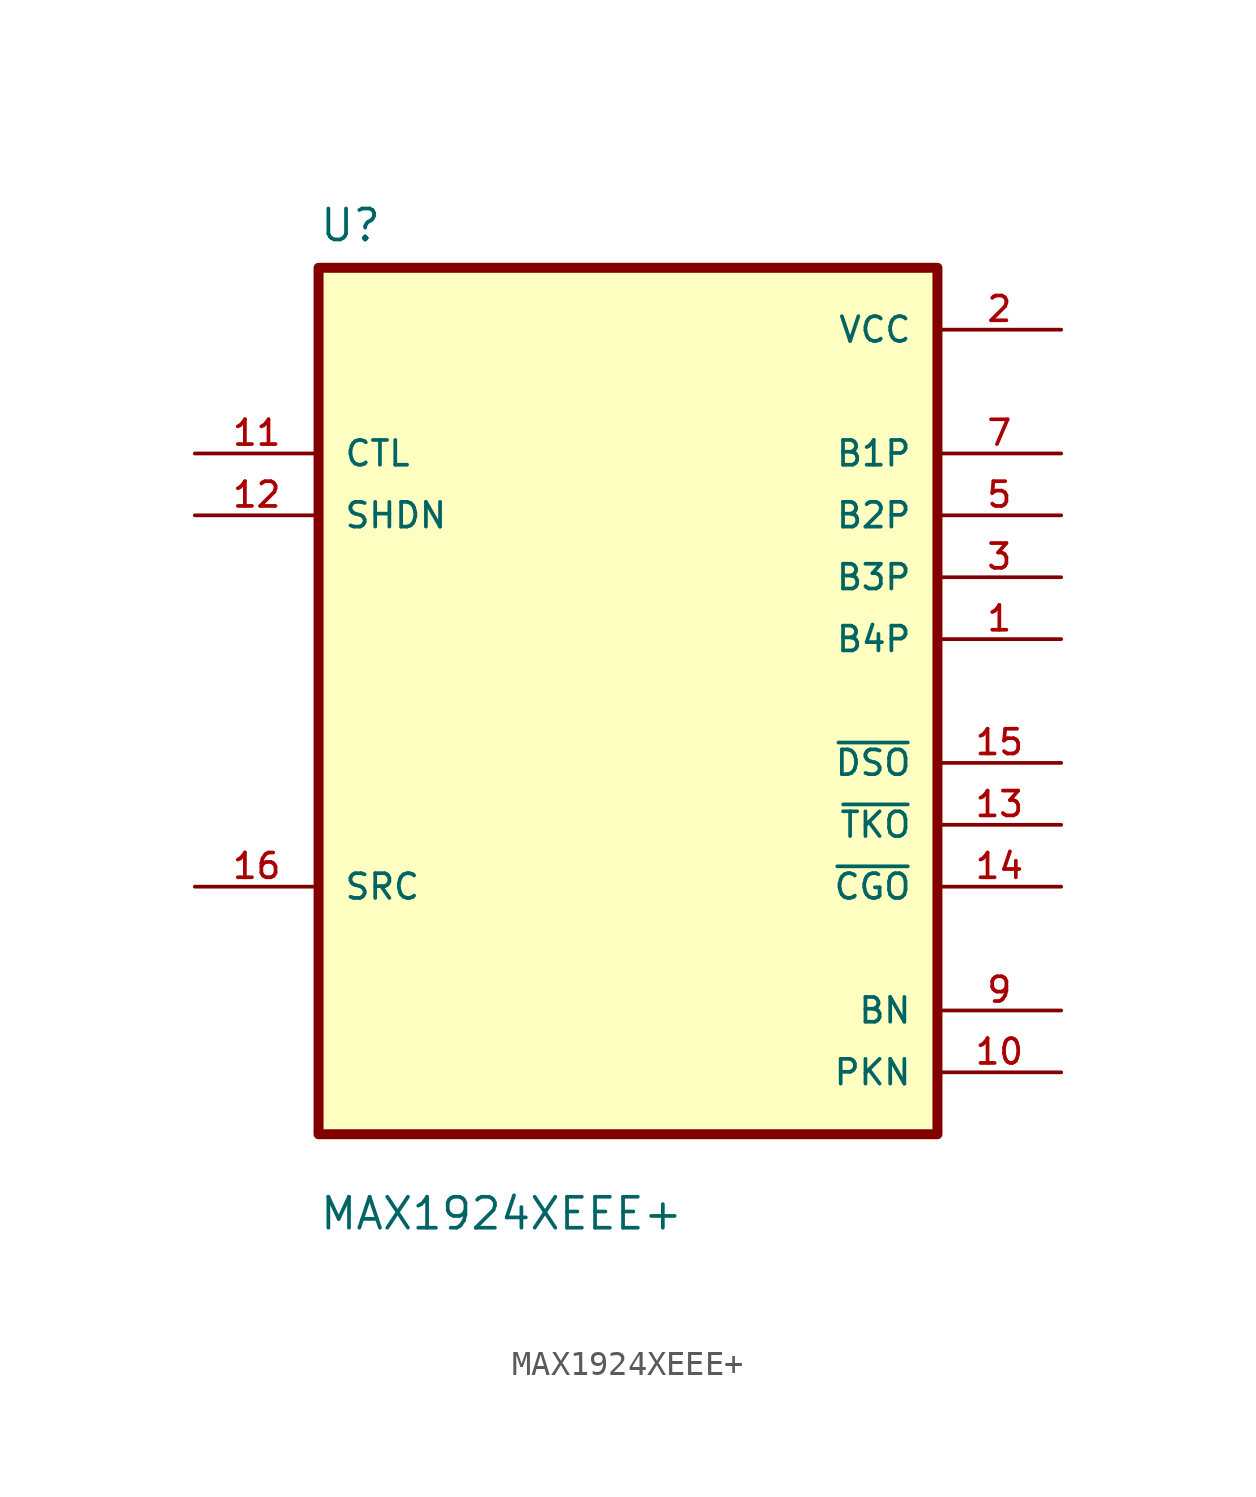
<source format=kicad_sym>
(kicad_symbol_lib
  (version 20211014)
  (generator kicad_symbol_editor)
  (symbol "MAX1924XEEE+"
    (pin_names
      (offset 1.016))
    (property "Reference" "U"
      (at -12.7 18.78 0.0)
      (effects (font (size 1.27 1.27)) (justify bottom left)))
    (property "Value" "MAX1924XEEE+"
      (at -12.7 -21.78 0.0)
      (effects (font (size 1.27 1.27)) (justify bottom left)))
    (symbol "MAX1924XEEE+_0_0"
      (rectangle (start -12.7 -17.78) (end 12.7 17.78) (stroke (width 0.41)) (fill (type background)))
      (pin input line (at -17.78 10.16 0) (length 5.08) (name "CTL" (effects (font (size 1.016 1.016)))) (number "11" (effects (font (size 1.016 1.016)))))
      (pin input line (at -17.78 7.62 0) (length 5.08) (name "SHDN" (effects (font (size 1.016 1.016)))) (number "12" (effects (font (size 1.016 1.016)))))
      (pin power_in line (at 17.78 10.16 180.0) (length 5.08) (name "B1P" (effects (font (size 1.016 1.016)))) (number "7" (effects (font (size 1.016 1.016)))))
      (pin power_in line (at 17.78 7.62 180.0) (length 5.08) (name "B2P" (effects (font (size 1.016 1.016)))) (number "5" (effects (font (size 1.016 1.016)))))
      (pin power_in line (at 17.78 -12.7 180.0) (length 5.08) (name "BN" (effects (font (size 1.016 1.016)))) (number "9" (effects (font (size 1.016 1.016)))))
      (pin power_in line (at 17.78 -15.24 180.0) (length 5.08) (name "PKN" (effects (font (size 1.016 1.016)))) (number "10" (effects (font (size 1.016 1.016)))))
      (pin passive line (at -17.78 -7.62 0) (length 5.08) (name "SRC" (effects (font (size 1.016 1.016)))) (number "16" (effects (font (size 1.016 1.016)))))
      (pin power_in line (at 17.78 15.24 180.0) (length 5.08) (name "VCC" (effects (font (size 1.016 1.016)))) (number "2" (effects (font (size 1.016 1.016)))))
      (pin output line (at 17.78 -7.62 180.0) (length 5.08) (name "~{CGO}" (effects (font (size 1.016 1.016)))) (number "14" (effects (font (size 1.016 1.016)))))
      (pin output line (at 17.78 -2.54 180.0) (length 5.08) (name "~{DSO}" (effects (font (size 1.016 1.016)))) (number "15" (effects (font (size 1.016 1.016)))))
      (pin output line (at 17.78 -5.08 180.0) (length 5.08) (name "~{TKO}" (effects (font (size 1.016 1.016)))) (number "13" (effects (font (size 1.016 1.016)))))
      (pin power_in line (at 17.78 5.08 180.0) (length 5.08) (name "B3P" (effects (font (size 1.016 1.016)))) (number "3" (effects (font (size 1.016 1.016)))))
      (pin power_in line (at 17.78 2.54 180.0) (length 5.08) (name "B4P" (effects (font (size 1.016 1.016)))) (number "1" (effects (font (size 1.016 1.016))))))))
</source>
